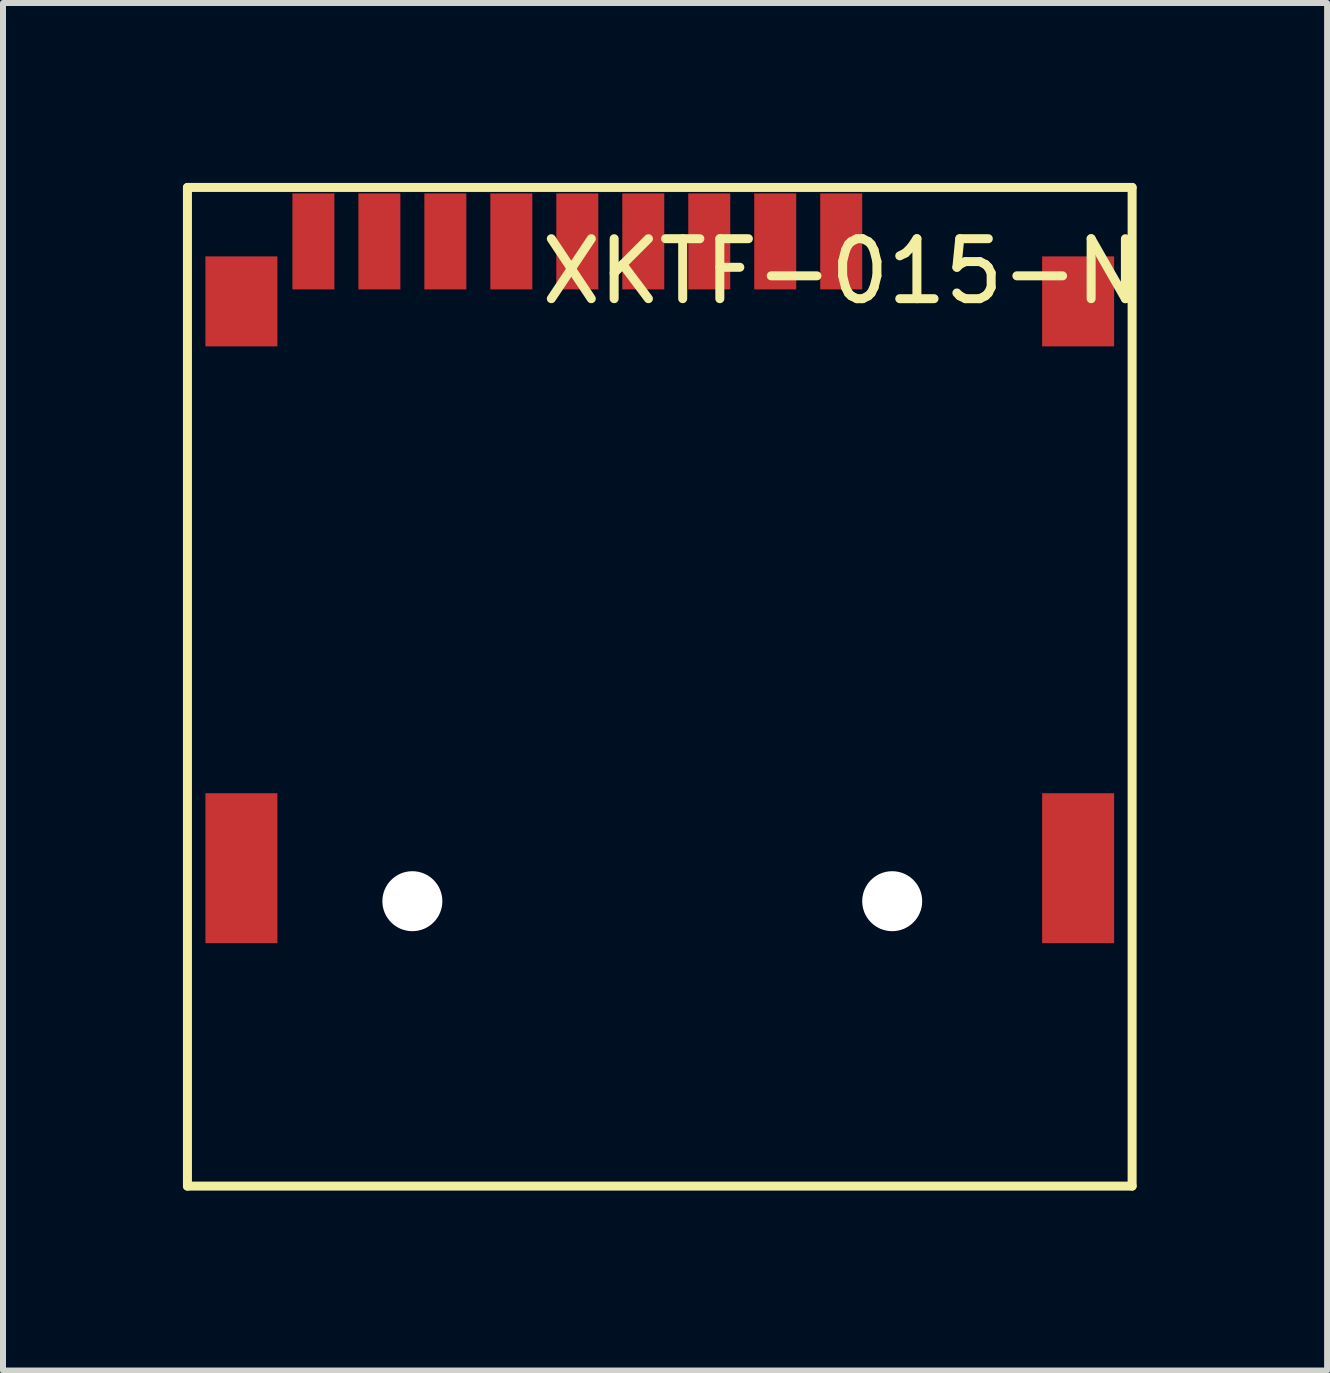
<source format=kicad_pcb>
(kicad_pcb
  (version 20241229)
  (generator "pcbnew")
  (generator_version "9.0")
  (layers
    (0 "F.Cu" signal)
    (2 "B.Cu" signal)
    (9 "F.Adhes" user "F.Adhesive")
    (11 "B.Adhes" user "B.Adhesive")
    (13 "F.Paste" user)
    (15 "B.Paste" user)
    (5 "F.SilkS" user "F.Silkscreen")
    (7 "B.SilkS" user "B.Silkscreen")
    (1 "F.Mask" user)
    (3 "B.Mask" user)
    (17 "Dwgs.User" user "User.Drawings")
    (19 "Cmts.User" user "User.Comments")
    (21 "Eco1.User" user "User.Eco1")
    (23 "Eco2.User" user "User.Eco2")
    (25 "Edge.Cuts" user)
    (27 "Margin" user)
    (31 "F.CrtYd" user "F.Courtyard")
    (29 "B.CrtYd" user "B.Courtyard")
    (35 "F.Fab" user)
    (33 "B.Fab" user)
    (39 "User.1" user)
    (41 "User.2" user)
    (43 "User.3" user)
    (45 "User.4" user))
  (footprint "XKTF-015-N"
    (layer "F.Cu")
    (at 10.975 0.975)
    (property "Reference" "XKTF-015-N" (at 0 0.5 0) (layer "F.SilkS") (effects (font (size 1 1) (thickness 0.15))))
    (attr through_hole)
    (fp_line (start -10.9 -0.9) (end -10.9 15.75) (stroke (width 0.15) (type solid)) (layer "F.SilkS"))
    (fp_line (start -10.9 -0.9) (end 4.85 -0.9) (stroke (width 0.15) (type solid)) (layer "F.SilkS"))
    (fp_line (start -10.9 15.75) (end 4.85 15.75) (stroke (width 0.15) (type solid)) (layer "F.SilkS"))
    (fp_line (start 4.85 -0.9) (end 4.85 15.75) (stroke (width 0.15) (type solid)) (layer "F.SilkS"))
    (pad "" np_thru_hole circle (at -7.15 11 90) (size 1 1) (drill 1) (layers "*.Cu" "*.Mask"))
    (pad "" np_thru_hole circle (at 0.85 11 90) (size 1 1) (drill 1) (layers "*.Cu" "*.Mask"))
    (pad "1" smd rect (at 0 0 90) (size 1.6 0.7) (layers "F.Cu" "F.Mask" "F.Paste"))
    (pad "2" smd rect (at -1.1 0 90) (size 1.6 0.7) (layers "F.Cu" "F.Mask" "F.Paste"))
    (pad "3" smd rect (at -2.2 0 90) (size 1.6 0.7) (layers "F.Cu" "F.Mask" "F.Paste"))
    (pad "4" smd rect (at -3.3 0 90) (size 1.6 0.7) (layers "F.Cu" "F.Mask" "F.Paste"))
    (pad "5" smd rect (at -4.4 0 90) (size 1.6 0.7) (layers "F.Cu" "F.Mask" "F.Paste"))
    (pad "6" smd rect (at -5.5 0 90) (size 1.6 0.7) (layers "F.Cu" "F.Mask" "F.Paste"))
    (pad "7" smd rect (at -6.6 0 90) (size 1.6 0.7) (layers "F.Cu" "F.Mask" "F.Paste"))
    (pad "8" smd rect (at -7.7 0 90) (size 1.6 0.7) (layers "F.Cu" "F.Mask" "F.Paste"))
    (pad "9" smd rect (at -10 1 90) (size 1.5 1.2) (layers "F.Cu" "F.Mask" "F.Paste"))
    (pad "9" smd rect (at -10 10.45 90) (size 2.5 1.2) (layers "F.Cu" "F.Mask" "F.Paste"))
    (pad "9" smd rect (at 3.95 1 90) (size 1.5 1.2) (layers "F.Cu" "F.Mask" "F.Paste"))
    (pad "9" smd rect (at 3.95 10.45 90) (size 2.5 1.2) (layers "F.Cu" "F.Mask" "F.Paste"))
    (pad "CD" smd rect (at -8.8 0 90) (size 1.6 0.7) (layers "F.Cu" "F.Mask" "F.Paste")))
  (gr_rect
    (start -3 -3)
    (end 19.076 19.8)
    (stroke (width 0.1) (type default))
    (fill no)
    (layer "Edge.Cuts")))
</source>
